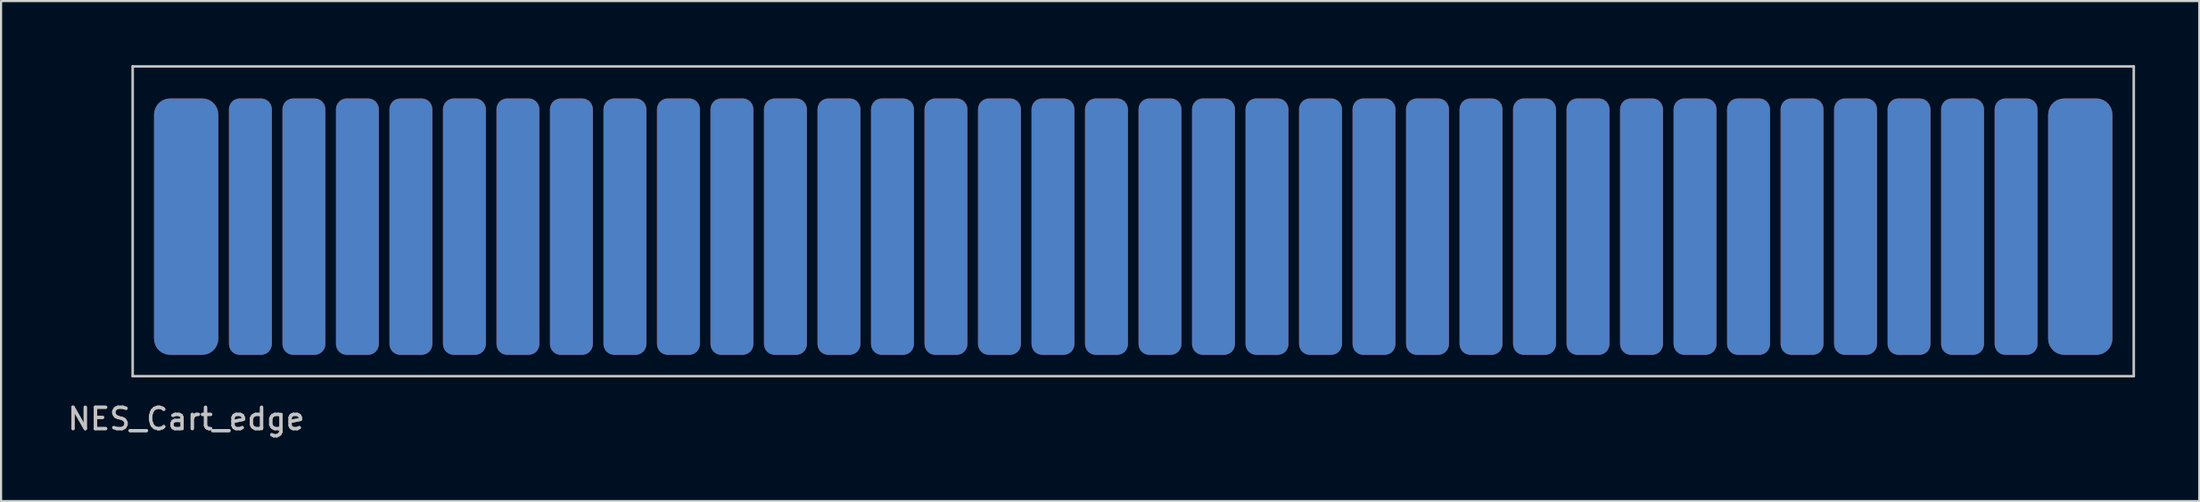
<source format=kicad_pcb>
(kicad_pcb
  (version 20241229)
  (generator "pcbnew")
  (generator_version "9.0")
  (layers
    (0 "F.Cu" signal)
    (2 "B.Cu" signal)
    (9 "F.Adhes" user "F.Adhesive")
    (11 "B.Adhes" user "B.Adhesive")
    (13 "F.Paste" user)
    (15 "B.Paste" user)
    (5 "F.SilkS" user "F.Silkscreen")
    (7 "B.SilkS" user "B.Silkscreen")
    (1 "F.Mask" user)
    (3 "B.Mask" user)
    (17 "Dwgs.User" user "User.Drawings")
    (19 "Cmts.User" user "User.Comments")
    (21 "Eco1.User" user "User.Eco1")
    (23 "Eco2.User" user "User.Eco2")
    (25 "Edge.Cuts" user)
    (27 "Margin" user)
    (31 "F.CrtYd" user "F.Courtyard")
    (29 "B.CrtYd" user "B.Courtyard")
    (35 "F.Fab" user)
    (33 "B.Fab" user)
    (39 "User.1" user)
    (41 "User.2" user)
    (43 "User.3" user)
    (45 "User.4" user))
  (footprint "NES_Cart_edge"
    (layer "F.Cu")
    (at 3.149 14.56)
    (property "Reference" "NES_Cart_edge" (at 2.5 2 0) (unlocked yes) (layer "Dwgs.User") (effects (font (size 1 1) (thickness 0.15))))
    (attr smd)
    (fp_poly (pts (xy 93.5 0) (xy 0 0) (xy 0 -13) (xy 93.5 -13)) (stroke (width 0.12) (type solid)) (fill yes) (layer "F.Mask"))
    (fp_poly (pts (xy 93.5 0) (xy 0 0) (xy 0 -13) (xy 93.5 -13)) (stroke (width 0.12) (type solid)) (fill yes) (layer "B.Mask"))
    (fp_line (start 0 -14.5) (end 93.5 -14.5) (stroke (width 0.12) (type solid)) (layer "Dwgs.User"))
    (fp_line (start 0 0) (end 0 -14.5) (stroke (width 0.12) (type solid)) (layer "Dwgs.User"))
    (fp_line (start 93.5 -14.5) (end 93.5 0) (stroke (width 0.12) (type solid)) (layer "Dwgs.User"))
    (fp_line (start 93.5 0) (end 0 0) (stroke (width 0.12) (type solid)) (layer "Dwgs.User"))
    (fp_text user "${REFERENCE}" (at 2.5 2 0) (unlocked yes) (layer "F.Fab") (effects (font (size 1 1) (thickness 0.15))))
    (pad "01" smd roundrect (at 91 -7) (size 3 12) (layers "F.Cu" "F.Mask" "F.Paste") (roundrect_rratio 0.25))
    (pad "02" smd roundrect (at 88 -7) (size 2 12) (layers "F.Cu" "F.Mask" "F.Paste") (roundrect_rratio 0.25))
    (pad "03" smd roundrect (at 85.5 -7) (size 2 12) (layers "F.Cu" "F.Mask" "F.Paste") (roundrect_rratio 0.25))
    (pad "04" smd roundrect (at 83 -7) (size 2 12) (layers "F.Cu" "F.Mask" "F.Paste") (roundrect_rratio 0.25))
    (pad "05" smd roundrect (at 80.5 -7) (size 2 12) (layers "F.Cu" "F.Mask" "F.Paste") (roundrect_rratio 0.25))
    (pad "06" smd roundrect (at 78 -7) (size 2 12) (layers "F.Cu" "F.Mask" "F.Paste") (roundrect_rratio 0.25))
    (pad "07" smd roundrect (at 75.5 -7) (size 2 12) (layers "F.Cu" "F.Mask" "F.Paste") (roundrect_rratio 0.25))
    (pad "08" smd roundrect (at 73 -7) (size 2 12) (layers "F.Cu" "F.Mask" "F.Paste") (roundrect_rratio 0.25))
    (pad "09" smd roundrect (at 70.5 -7) (size 2 12) (layers "F.Cu" "F.Mask" "F.Paste") (roundrect_rratio 0.25))
    (pad "10" smd roundrect (at 68 -7) (size 2 12) (layers "F.Cu" "F.Mask" "F.Paste") (roundrect_rratio 0.25))
    (pad "11" smd roundrect (at 65.5 -7) (size 2 12) (layers "F.Cu" "F.Mask" "F.Paste") (roundrect_rratio 0.25))
    (pad "12" smd roundrect (at 63 -7) (size 2 12) (layers "F.Cu" "F.Mask" "F.Paste") (roundrect_rratio 0.25))
    (pad "13" smd roundrect (at 60.5 -7) (size 2 12) (layers "F.Cu" "F.Mask" "F.Paste") (roundrect_rratio 0.25))
    (pad "14" smd roundrect (at 58 -7) (size 2 12) (layers "F.Cu" "F.Mask" "F.Paste") (roundrect_rratio 0.25))
    (pad "15" smd roundrect (at 55.5 -7) (size 2 12) (layers "F.Cu" "F.Mask" "F.Paste") (roundrect_rratio 0.25))
    (pad "16" smd roundrect (at 53 -7) (size 2 12) (layers "F.Cu" "F.Mask" "F.Paste") (roundrect_rratio 0.25))
    (pad "17" smd roundrect (at 50.5 -7) (size 2 12) (layers "F.Cu" "F.Mask" "F.Paste") (roundrect_rratio 0.25))
    (pad "18" smd roundrect (at 48 -7) (size 2 12) (layers "F.Cu" "F.Mask" "F.Paste") (roundrect_rratio 0.25))
    (pad "19" smd roundrect (at 45.5 -7) (size 2 12) (layers "F.Cu" "F.Mask" "F.Paste") (roundrect_rratio 0.25))
    (pad "20" smd roundrect (at 43 -7) (size 2 12) (layers "F.Cu" "F.Mask" "F.Paste") (roundrect_rratio 0.25))
    (pad "21" smd roundrect (at 40.5 -7) (size 2 12) (layers "F.Cu" "F.Mask" "F.Paste") (roundrect_rratio 0.25))
    (pad "22" smd roundrect (at 38 -7) (size 2 12) (layers "F.Cu" "F.Mask" "F.Paste") (roundrect_rratio 0.25))
    (pad "23" smd roundrect (at 35.5 -7) (size 2 12) (layers "F.Cu" "F.Mask" "F.Paste") (roundrect_rratio 0.25))
    (pad "24" smd roundrect (at 33 -7) (size 2 12) (layers "F.Cu" "F.Mask" "F.Paste") (roundrect_rratio 0.25))
    (pad "25" smd roundrect (at 30.5 -7) (size 2 12) (layers "F.Cu" "F.Mask" "F.Paste") (roundrect_rratio 0.25))
    (pad "26" smd roundrect (at 28 -7) (size 2 12) (layers "F.Cu" "F.Mask" "F.Paste") (roundrect_rratio 0.25))
    (pad "27" smd roundrect (at 25.5 -7) (size 2 12) (layers "F.Cu" "F.Mask" "F.Paste") (roundrect_rratio 0.25))
    (pad "28" smd roundrect (at 23 -7) (size 2 12) (layers "F.Cu" "F.Mask" "F.Paste") (roundrect_rratio 0.25))
    (pad "29" smd roundrect (at 20.5 -7) (size 2 12) (layers "F.Cu" "F.Mask" "F.Paste") (roundrect_rratio 0.25))
    (pad "30" smd roundrect (at 18 -7) (size 2 12) (layers "F.Cu" "F.Mask" "F.Paste") (roundrect_rratio 0.25))
    (pad "31" smd roundrect (at 15.5 -7) (size 2 12) (layers "F.Cu" "F.Mask" "F.Paste") (roundrect_rratio 0.25))
    (pad "32" smd roundrect (at 13 -7) (size 2 12) (layers "F.Cu" "F.Mask" "F.Paste") (roundrect_rratio 0.25))
    (pad "33" smd roundrect (at 10.5 -7) (size 2 12) (layers "F.Cu" "F.Mask" "F.Paste") (roundrect_rratio 0.25))
    (pad "34" smd roundrect (at 8 -7) (size 2 12) (layers "F.Cu" "F.Mask" "F.Paste") (roundrect_rratio 0.25))
    (pad "35" smd roundrect (at 5.5 -7) (size 2 12) (layers "F.Cu" "F.Mask" "F.Paste") (roundrect_rratio 0.25))
    (pad "36" smd roundrect (at 2.5 -7) (size 3 12) (layers "F.Cu" "F.Mask" "F.Paste") (roundrect_rratio 0.25))
    (pad "37" smd roundrect (at 91 -7) (size 3 12) (layers "B.Cu" "B.Mask" "B.Paste") (roundrect_rratio 0.25))
    (pad "38" smd roundrect (at 88 -7) (size 2 12) (layers "B.Cu" "B.Mask" "B.Paste") (roundrect_rratio 0.25))
    (pad "39" smd roundrect (at 85.5 -7) (size 2 12) (layers "B.Cu" "B.Mask" "B.Paste") (roundrect_rratio 0.25))
    (pad "40" smd roundrect (at 83 -7) (size 2 12) (layers "B.Cu" "B.Mask" "B.Paste") (roundrect_rratio 0.25))
    (pad "41" smd roundrect (at 80.5 -7) (size 2 12) (layers "B.Cu" "B.Mask" "B.Paste") (roundrect_rratio 0.25))
    (pad "42" smd roundrect (at 78 -7) (size 2 12) (layers "B.Cu" "B.Mask" "B.Paste") (roundrect_rratio 0.25))
    (pad "43" smd roundrect (at 75.5 -7) (size 2 12) (layers "B.Cu" "B.Mask" "B.Paste") (roundrect_rratio 0.25))
    (pad "44" smd roundrect (at 73 -7) (size 2 12) (layers "B.Cu" "B.Mask" "B.Paste") (roundrect_rratio 0.25))
    (pad "45" smd roundrect (at 70.5 -7) (size 2 12) (layers "B.Cu" "B.Mask" "B.Paste") (roundrect_rratio 0.25))
    (pad "46" smd roundrect (at 68 -7) (size 2 12) (layers "B.Cu" "B.Mask" "B.Paste") (roundrect_rratio 0.25))
    (pad "47" smd roundrect (at 65.5 -7) (size 2 12) (layers "B.Cu" "B.Mask" "B.Paste") (roundrect_rratio 0.25))
    (pad "48" smd roundrect (at 63 -7) (size 2 12) (layers "B.Cu" "B.Mask" "B.Paste") (roundrect_rratio 0.25))
    (pad "49" smd roundrect (at 60.5 -7) (size 2 12) (layers "B.Cu" "B.Mask" "B.Paste") (roundrect_rratio 0.25))
    (pad "50" smd roundrect (at 58 -7) (size 2 12) (layers "B.Cu" "B.Mask" "B.Paste") (roundrect_rratio 0.25))
    (pad "51" smd roundrect (at 55.5 -7) (size 2 12) (layers "B.Cu" "B.Mask" "B.Paste") (roundrect_rratio 0.25))
    (pad "52" smd roundrect (at 53 -7) (size 2 12) (layers "B.Cu" "B.Mask" "B.Paste") (roundrect_rratio 0.25))
    (pad "53" smd roundrect (at 50.5 -7) (size 2 12) (layers "B.Cu" "B.Mask" "B.Paste") (roundrect_rratio 0.25))
    (pad "54" smd roundrect (at 48 -7) (size 2 12) (layers "B.Cu" "B.Mask" "B.Paste") (roundrect_rratio 0.25))
    (pad "55" smd roundrect (at 45.5 -7) (size 2 12) (layers "B.Cu" "B.Mask" "B.Paste") (roundrect_rratio 0.25))
    (pad "56" smd roundrect (at 43 -7) (size 2 12) (layers "B.Cu" "B.Mask" "B.Paste") (roundrect_rratio 0.25))
    (pad "57" smd roundrect (at 40.5 -7) (size 2 12) (layers "B.Cu" "B.Mask" "B.Paste") (roundrect_rratio 0.25))
    (pad "58" smd roundrect (at 38 -7) (size 2 12) (layers "B.Cu" "B.Mask" "B.Paste") (roundrect_rratio 0.25))
    (pad "59" smd roundrect (at 35.5 -7) (size 2 12) (layers "B.Cu" "B.Mask" "B.Paste") (roundrect_rratio 0.25))
    (pad "60" smd roundrect (at 33 -7) (size 2 12) (layers "B.Cu" "B.Mask" "B.Paste") (roundrect_rratio 0.25))
    (pad "61" smd roundrect (at 30.5 -7) (size 2 12) (layers "B.Cu" "B.Mask" "B.Paste") (roundrect_rratio 0.25))
    (pad "62" smd roundrect (at 28 -7) (size 2 12) (layers "B.Cu" "B.Mask" "B.Paste") (roundrect_rratio 0.25))
    (pad "63" smd roundrect (at 25.5 -7) (size 2 12) (layers "B.Cu" "B.Mask" "B.Paste") (roundrect_rratio 0.25))
    (pad "64" smd roundrect (at 23 -7) (size 2 12) (layers "B.Cu" "B.Mask" "B.Paste") (roundrect_rratio 0.25))
    (pad "65" smd roundrect (at 20.5 -7) (size 2 12) (layers "B.Cu" "B.Mask" "B.Paste") (roundrect_rratio 0.25))
    (pad "66" smd roundrect (at 18 -7) (size 2 12) (layers "B.Cu" "B.Mask" "B.Paste") (roundrect_rratio 0.25))
    (pad "67" smd roundrect (at 15.5 -7) (size 2 12) (layers "B.Cu" "B.Mask" "B.Paste") (roundrect_rratio 0.25))
    (pad "68" smd roundrect (at 13 -7) (size 2 12) (layers "B.Cu" "B.Mask" "B.Paste") (roundrect_rratio 0.25))
    (pad "69" smd roundrect (at 10.5 -7) (size 2 12) (layers "B.Cu" "B.Mask" "B.Paste") (roundrect_rratio 0.25))
    (pad "70" smd roundrect (at 8 -7) (size 2 12) (layers "B.Cu" "B.Mask" "B.Paste") (roundrect_rratio 0.25))
    (pad "71" smd roundrect (at 5.5 -7) (size 2 12) (layers "B.Cu" "B.Mask" "B.Paste") (roundrect_rratio 0.25))
    (pad "72" smd roundrect (at 2.5 -7) (size 3 12) (layers "B.Cu" "B.Mask" "B.Paste") (roundrect_rratio 0.25)))
  (gr_rect
    (start -3 -3)
    (end 99.709 20.408)
    (stroke (width 0.1) (type default))
    (fill no)
    (layer "Edge.Cuts")))
</source>
